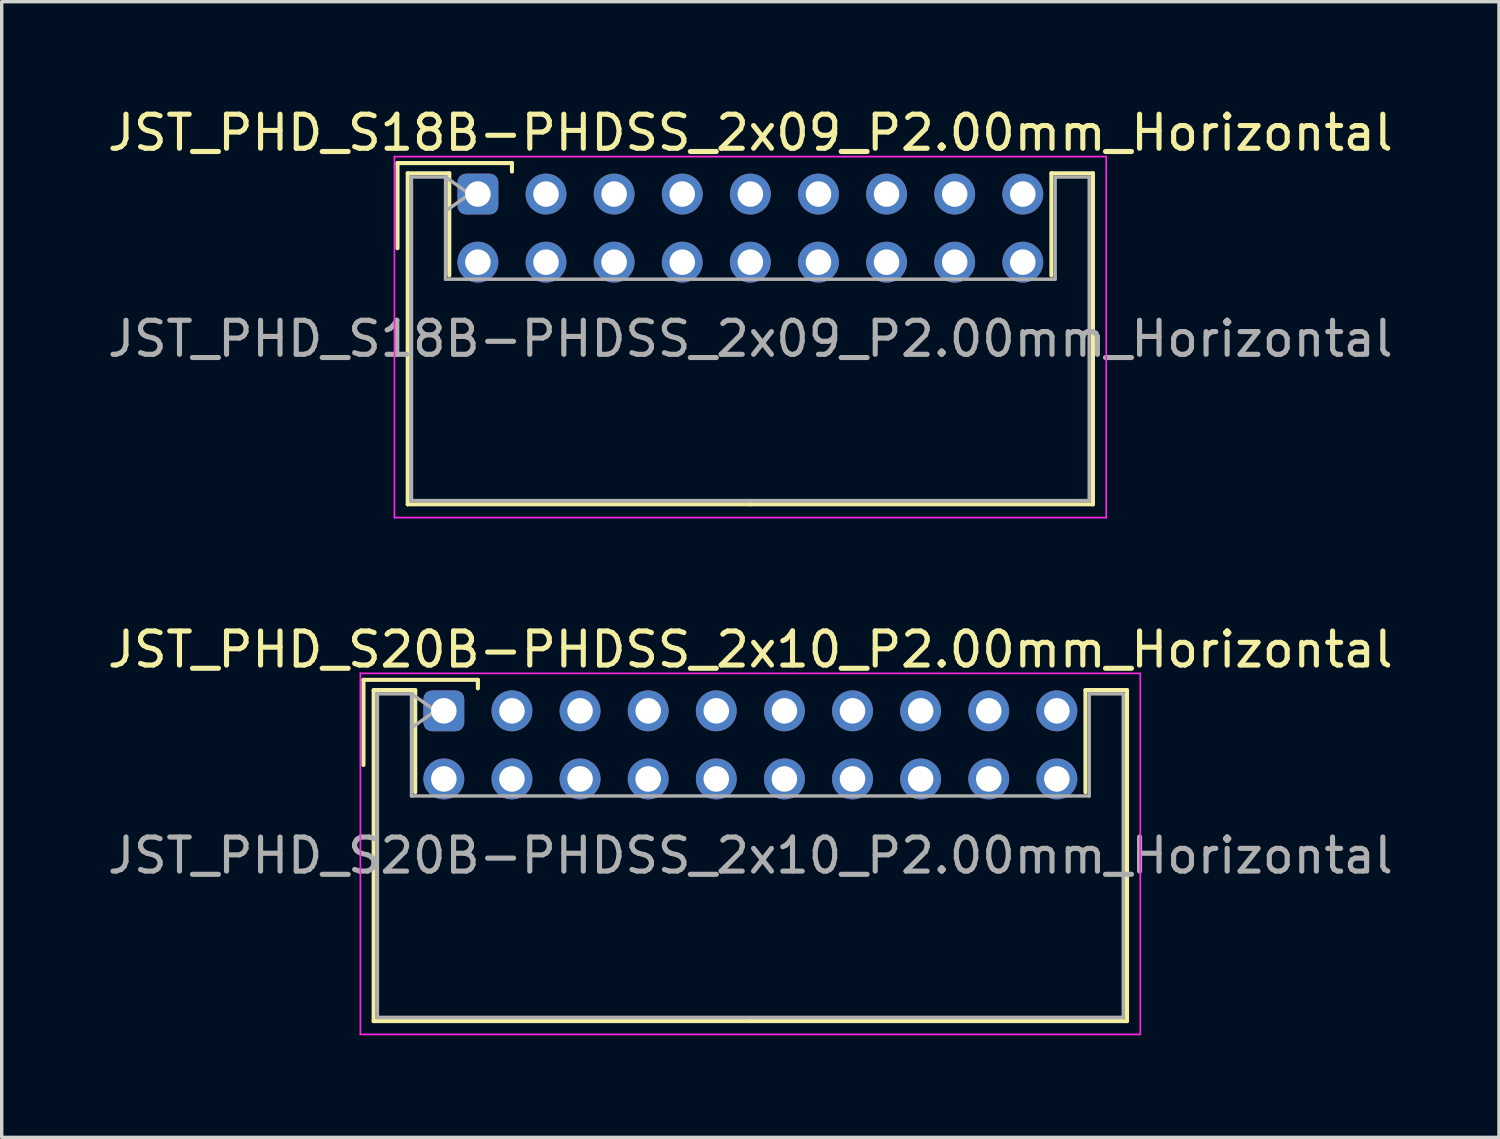
<source format=kicad_pcb>
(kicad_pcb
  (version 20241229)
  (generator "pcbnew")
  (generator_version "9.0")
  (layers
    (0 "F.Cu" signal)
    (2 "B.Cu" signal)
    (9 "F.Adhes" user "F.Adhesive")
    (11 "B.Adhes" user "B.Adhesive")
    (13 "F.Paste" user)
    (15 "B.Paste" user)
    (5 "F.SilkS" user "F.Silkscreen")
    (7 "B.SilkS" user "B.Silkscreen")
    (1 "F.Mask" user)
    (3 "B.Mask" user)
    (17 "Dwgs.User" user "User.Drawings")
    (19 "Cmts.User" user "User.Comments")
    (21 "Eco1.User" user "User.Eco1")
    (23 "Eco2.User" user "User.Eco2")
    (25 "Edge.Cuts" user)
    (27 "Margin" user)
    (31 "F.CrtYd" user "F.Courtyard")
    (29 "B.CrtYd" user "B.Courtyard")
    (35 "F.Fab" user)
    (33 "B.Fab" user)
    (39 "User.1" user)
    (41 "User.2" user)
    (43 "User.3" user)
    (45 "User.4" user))
  (footprint "JST_PHD_S20B-PHDSS_2x10_P2.00mm_Horizontal"
    (layer "F.Cu")
    (at 9.982 17.822)
    (property "Reference" "JST_PHD_S20B-PHDSS_2x10_P2.00mm_Horizontal" (at 9 -1.8 0) (layer "F.SilkS") (effects (font (size 1 1) (thickness 0.15))))
    (attr through_hole)
    (fp_line (start -2.36 -0.91) (end -2.36 1.59) (stroke (width 0.12) (type solid)) (layer "F.SilkS"))
    (fp_line (start -2.06 -0.61) (end -2.06 9.11) (stroke (width 0.12) (type solid)) (layer "F.SilkS"))
    (fp_line (start -2.06 9.11) (end 9 9.11) (stroke (width 0.12) (type solid)) (layer "F.SilkS"))
    (fp_line (start -0.84 -0.61) (end -2.06 -0.61) (stroke (width 0.12) (type solid)) (layer "F.SilkS"))
    (fp_line (start -0.84 2.39) (end -0.84 -0.61) (stroke (width 0.12) (type solid)) (layer "F.SilkS"))
    (fp_line (start 1 -0.91) (end -2.36 -0.91) (stroke (width 0.12) (type solid)) (layer "F.SilkS"))
    (fp_line (start 1 -0.66) (end 1 -0.91) (stroke (width 0.12) (type solid)) (layer "F.SilkS"))
    (fp_line (start 18.84 -0.61) (end 20.06 -0.61) (stroke (width 0.12) (type solid)) (layer "F.SilkS"))
    (fp_line (start 18.84 2.39) (end 18.84 -0.61) (stroke (width 0.12) (type solid)) (layer "F.SilkS"))
    (fp_line (start 20.06 -0.61) (end 20.06 9.11) (stroke (width 0.12) (type solid)) (layer "F.SilkS"))
    (fp_line (start 20.06 9.11) (end 9 9.11) (stroke (width 0.12) (type solid)) (layer "F.SilkS"))
    (fp_line (start -2.45 -1.1) (end -2.45 9.5) (stroke (width 0.05) (type solid)) (layer "F.CrtYd"))
    (fp_line (start -2.45 9.5) (end 20.45 9.5) (stroke (width 0.05) (type solid)) (layer "F.CrtYd"))
    (fp_line (start 20.45 -1.1) (end -2.45 -1.1) (stroke (width 0.05) (type solid)) (layer "F.CrtYd"))
    (fp_line (start 20.45 9.5) (end 20.45 -1.1) (stroke (width 0.05) (type solid)) (layer "F.CrtYd"))
    (fp_line (start -1.95 -0.5) (end -0.95 -0.5) (stroke (width 0.1) (type solid)) (layer "F.Fab"))
    (fp_line (start -1.95 9) (end -1.95 -0.5) (stroke (width 0.1) (type solid)) (layer "F.Fab"))
    (fp_line (start -0.95 -0.5) (end -0.95 2.5) (stroke (width 0.1) (type solid)) (layer "F.Fab"))
    (fp_line (start -0.95 -0.5) (end -0.243 0) (stroke (width 0.1) (type solid)) (layer "F.Fab"))
    (fp_line (start -0.95 2.5) (end 18.95 2.5) (stroke (width 0.1) (type solid)) (layer "F.Fab"))
    (fp_line (start -0.243 0) (end -0.95 0.5) (stroke (width 0.1) (type solid)) (layer "F.Fab"))
    (fp_line (start 18.95 -0.5) (end 19.95 -0.5) (stroke (width 0.1) (type solid)) (layer "F.Fab"))
    (fp_line (start 18.95 2.5) (end 18.95 -0.5) (stroke (width 0.1) (type solid)) (layer "F.Fab"))
    (fp_line (start 19.95 -0.5) (end 19.95 9) (stroke (width 0.1) (type solid)) (layer "F.Fab"))
    (fp_line (start 19.95 9) (end -1.95 9) (stroke (width 0.1) (type solid)) (layer "F.Fab"))
    (fp_text user "${REFERENCE}" (at 9 4.25 0) (layer "F.Fab") (effects (font (size 1 1) (thickness 0.15))))
    (pad "1" thru_hole roundrect (at 0 0) (size 1.2 1.2) (drill 0.75) (layers "*.Cu" "*.Mask") (roundrect_rratio 0.208))
    (pad "2" thru_hole circle (at 0 2) (size 1.2 1.2) (drill 0.75) (layers "*.Cu" "*.Mask"))
    (pad "3" thru_hole circle (at 2 0) (size 1.2 1.2) (drill 0.75) (layers "*.Cu" "*.Mask"))
    (pad "4" thru_hole circle (at 2 2) (size 1.2 1.2) (drill 0.75) (layers "*.Cu" "*.Mask"))
    (pad "5" thru_hole circle (at 4 0) (size 1.2 1.2) (drill 0.75) (layers "*.Cu" "*.Mask"))
    (pad "6" thru_hole circle (at 4 2) (size 1.2 1.2) (drill 0.75) (layers "*.Cu" "*.Mask"))
    (pad "7" thru_hole circle (at 6 0) (size 1.2 1.2) (drill 0.75) (layers "*.Cu" "*.Mask"))
    (pad "8" thru_hole circle (at 6 2) (size 1.2 1.2) (drill 0.75) (layers "*.Cu" "*.Mask"))
    (pad "9" thru_hole circle (at 8 0) (size 1.2 1.2) (drill 0.75) (layers "*.Cu" "*.Mask"))
    (pad "10" thru_hole circle (at 8 2) (size 1.2 1.2) (drill 0.75) (layers "*.Cu" "*.Mask"))
    (pad "11" thru_hole circle (at 10 0) (size 1.2 1.2) (drill 0.75) (layers "*.Cu" "*.Mask"))
    (pad "12" thru_hole circle (at 10 2) (size 1.2 1.2) (drill 0.75) (layers "*.Cu" "*.Mask"))
    (pad "13" thru_hole circle (at 12 0) (size 1.2 1.2) (drill 0.75) (layers "*.Cu" "*.Mask"))
    (pad "14" thru_hole circle (at 12 2) (size 1.2 1.2) (drill 0.75) (layers "*.Cu" "*.Mask"))
    (pad "15" thru_hole circle (at 14 0) (size 1.2 1.2) (drill 0.75) (layers "*.Cu" "*.Mask"))
    (pad "16" thru_hole circle (at 14 2) (size 1.2 1.2) (drill 0.75) (layers "*.Cu" "*.Mask"))
    (pad "17" thru_hole circle (at 16 0) (size 1.2 1.2) (drill 0.75) (layers "*.Cu" "*.Mask"))
    (pad "18" thru_hole circle (at 16 2) (size 1.2 1.2) (drill 0.75) (layers "*.Cu" "*.Mask"))
    (pad "19" thru_hole circle (at 18 0) (size 1.2 1.2) (drill 0.75) (layers "*.Cu" "*.Mask"))
    (pad "20" thru_hole circle (at 18 2) (size 1.2 1.2) (drill 0.75) (layers "*.Cu" "*.Mask")))
  (footprint "JST_PHD_S18B-PHDSS_2x09_P2.00mm_Horizontal"
    (layer "F.Cu")
    (at 10.982 2.648)
    (property "Reference" "JST_PHD_S18B-PHDSS_2x09_P2.00mm_Horizontal" (at 8 -1.8 0) (layer "F.SilkS") (effects (font (size 1 1) (thickness 0.15))))
    (attr through_hole)
    (fp_line (start -2.36 -0.91) (end -2.36 1.59) (stroke (width 0.12) (type solid)) (layer "F.SilkS"))
    (fp_line (start -2.06 -0.61) (end -2.06 9.11) (stroke (width 0.12) (type solid)) (layer "F.SilkS"))
    (fp_line (start -2.06 9.11) (end 8 9.11) (stroke (width 0.12) (type solid)) (layer "F.SilkS"))
    (fp_line (start -0.84 -0.61) (end -2.06 -0.61) (stroke (width 0.12) (type solid)) (layer "F.SilkS"))
    (fp_line (start -0.84 2.39) (end -0.84 -0.61) (stroke (width 0.12) (type solid)) (layer "F.SilkS"))
    (fp_line (start 1 -0.91) (end -2.36 -0.91) (stroke (width 0.12) (type solid)) (layer "F.SilkS"))
    (fp_line (start 1 -0.66) (end 1 -0.91) (stroke (width 0.12) (type solid)) (layer "F.SilkS"))
    (fp_line (start 16.84 -0.61) (end 18.06 -0.61) (stroke (width 0.12) (type solid)) (layer "F.SilkS"))
    (fp_line (start 16.84 2.39) (end 16.84 -0.61) (stroke (width 0.12) (type solid)) (layer "F.SilkS"))
    (fp_line (start 18.06 -0.61) (end 18.06 9.11) (stroke (width 0.12) (type solid)) (layer "F.SilkS"))
    (fp_line (start 18.06 9.11) (end 8 9.11) (stroke (width 0.12) (type solid)) (layer "F.SilkS"))
    (fp_line (start -2.45 -1.1) (end -2.45 9.5) (stroke (width 0.05) (type solid)) (layer "F.CrtYd"))
    (fp_line (start -2.45 9.5) (end 18.45 9.5) (stroke (width 0.05) (type solid)) (layer "F.CrtYd"))
    (fp_line (start 18.45 -1.1) (end -2.45 -1.1) (stroke (width 0.05) (type solid)) (layer "F.CrtYd"))
    (fp_line (start 18.45 9.5) (end 18.45 -1.1) (stroke (width 0.05) (type solid)) (layer "F.CrtYd"))
    (fp_line (start -1.95 -0.5) (end -0.95 -0.5) (stroke (width 0.1) (type solid)) (layer "F.Fab"))
    (fp_line (start -1.95 9) (end -1.95 -0.5) (stroke (width 0.1) (type solid)) (layer "F.Fab"))
    (fp_line (start -0.95 -0.5) (end -0.95 2.5) (stroke (width 0.1) (type solid)) (layer "F.Fab"))
    (fp_line (start -0.95 -0.5) (end -0.243 0) (stroke (width 0.1) (type solid)) (layer "F.Fab"))
    (fp_line (start -0.95 2.5) (end 16.95 2.5) (stroke (width 0.1) (type solid)) (layer "F.Fab"))
    (fp_line (start -0.243 0) (end -0.95 0.5) (stroke (width 0.1) (type solid)) (layer "F.Fab"))
    (fp_line (start 16.95 -0.5) (end 17.95 -0.5) (stroke (width 0.1) (type solid)) (layer "F.Fab"))
    (fp_line (start 16.95 2.5) (end 16.95 -0.5) (stroke (width 0.1) (type solid)) (layer "F.Fab"))
    (fp_line (start 17.95 -0.5) (end 17.95 9) (stroke (width 0.1) (type solid)) (layer "F.Fab"))
    (fp_line (start 17.95 9) (end -1.95 9) (stroke (width 0.1) (type solid)) (layer "F.Fab"))
    (fp_text user "${REFERENCE}" (at 8 4.25 0) (layer "F.Fab") (effects (font (size 1 1) (thickness 0.15))))
    (pad "1" thru_hole roundrect (at 0 0) (size 1.2 1.2) (drill 0.75) (layers "*.Cu" "*.Mask") (roundrect_rratio 0.208))
    (pad "2" thru_hole circle (at 0 2) (size 1.2 1.2) (drill 0.75) (layers "*.Cu" "*.Mask"))
    (pad "3" thru_hole circle (at 2 0) (size 1.2 1.2) (drill 0.75) (layers "*.Cu" "*.Mask"))
    (pad "4" thru_hole circle (at 2 2) (size 1.2 1.2) (drill 0.75) (layers "*.Cu" "*.Mask"))
    (pad "5" thru_hole circle (at 4 0) (size 1.2 1.2) (drill 0.75) (layers "*.Cu" "*.Mask"))
    (pad "6" thru_hole circle (at 4 2) (size 1.2 1.2) (drill 0.75) (layers "*.Cu" "*.Mask"))
    (pad "7" thru_hole circle (at 6 0) (size 1.2 1.2) (drill 0.75) (layers "*.Cu" "*.Mask"))
    (pad "8" thru_hole circle (at 6 2) (size 1.2 1.2) (drill 0.75) (layers "*.Cu" "*.Mask"))
    (pad "9" thru_hole circle (at 8 0) (size 1.2 1.2) (drill 0.75) (layers "*.Cu" "*.Mask"))
    (pad "10" thru_hole circle (at 8 2) (size 1.2 1.2) (drill 0.75) (layers "*.Cu" "*.Mask"))
    (pad "11" thru_hole circle (at 10 0) (size 1.2 1.2) (drill 0.75) (layers "*.Cu" "*.Mask"))
    (pad "12" thru_hole circle (at 10 2) (size 1.2 1.2) (drill 0.75) (layers "*.Cu" "*.Mask"))
    (pad "13" thru_hole circle (at 12 0) (size 1.2 1.2) (drill 0.75) (layers "*.Cu" "*.Mask"))
    (pad "14" thru_hole circle (at 12 2) (size 1.2 1.2) (drill 0.75) (layers "*.Cu" "*.Mask"))
    (pad "15" thru_hole circle (at 14 0) (size 1.2 1.2) (drill 0.75) (layers "*.Cu" "*.Mask"))
    (pad "16" thru_hole circle (at 14 2) (size 1.2 1.2) (drill 0.75) (layers "*.Cu" "*.Mask"))
    (pad "17" thru_hole circle (at 16 0) (size 1.2 1.2) (drill 0.75) (layers "*.Cu" "*.Mask"))
    (pad "18" thru_hole circle (at 16 2) (size 1.2 1.2) (drill 0.75) (layers "*.Cu" "*.Mask")))
  (gr_rect
    (start -3 -3)
    (end 40.964 30.346)
    (stroke (width 0.1) (type default))
    (fill no)
    (layer "Edge.Cuts")))
</source>
